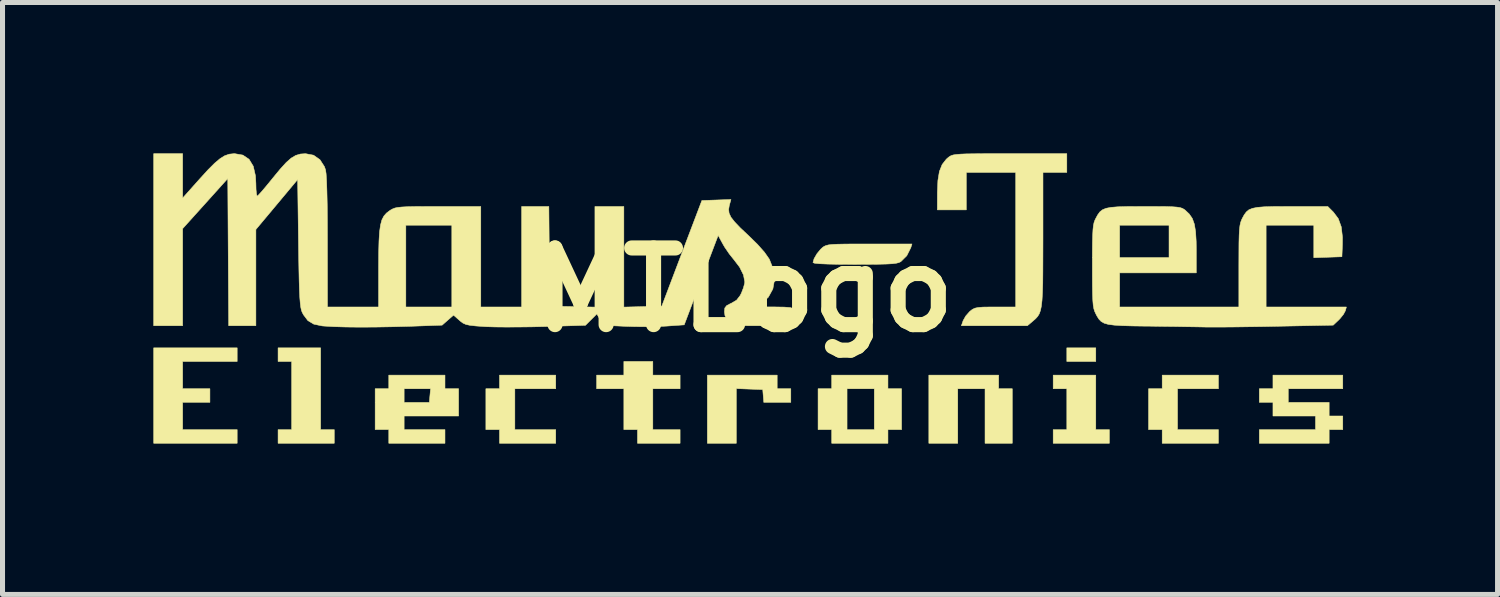
<source format=kicad_pcb>
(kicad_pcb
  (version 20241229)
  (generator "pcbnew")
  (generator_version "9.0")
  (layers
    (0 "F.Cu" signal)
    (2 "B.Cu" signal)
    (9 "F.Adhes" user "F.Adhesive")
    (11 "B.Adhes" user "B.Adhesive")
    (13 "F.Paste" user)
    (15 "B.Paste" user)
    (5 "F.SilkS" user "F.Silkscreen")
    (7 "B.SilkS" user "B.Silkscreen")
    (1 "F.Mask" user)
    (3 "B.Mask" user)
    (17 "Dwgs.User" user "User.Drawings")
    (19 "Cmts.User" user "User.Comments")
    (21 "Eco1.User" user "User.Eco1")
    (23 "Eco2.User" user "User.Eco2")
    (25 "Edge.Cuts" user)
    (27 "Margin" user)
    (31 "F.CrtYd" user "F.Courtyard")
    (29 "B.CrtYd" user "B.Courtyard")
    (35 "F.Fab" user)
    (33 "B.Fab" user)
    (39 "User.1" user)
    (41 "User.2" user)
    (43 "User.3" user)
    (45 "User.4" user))
  (footprint "MTLogo"
    (layer "F.Cu")
    (at 11.757 2.714)
    (property "Reference" "MTLogo" (at 0 0 0) (layer "F.SilkS") (effects (font (size 1.524 1.524) (thickness 0.3))))
    (attr through_hole)
    (fp_poly (pts (xy 6.977 1.422) (xy 6.401 1.422) (xy 6.401 1.151) (xy 6.977 1.151) (xy 6.977 1.422)) (stroke (width 0.01) (type solid)) (fill yes) (layer "F.SilkS"))
    (fp_poly (pts (xy -8.433 2.777) (xy -8.162 2.777) (xy -8.162 3.048) (xy -9.279 3.048) (xy -9.279 2.777) (xy -9.009 2.777) (xy -9.009 1.422) (xy -9.279 1.422) (xy -9.279 1.151) (xy -8.433 1.151) (xy -8.433 2.777)) (stroke (width 0.01) (type solid)) (fill yes) (layer "F.SilkS"))
    (fp_poly (pts (xy 5.046 1.964) (xy 5.317 1.964) (xy 5.317 3.048) (xy 4.775 3.048) (xy 4.775 1.964) (xy 4.233 1.964) (xy 4.233 3.048) (xy 3.658 3.048) (xy 3.658 1.693) (xy 5.046 1.693) (xy 5.046 1.964)) (stroke (width 0.01) (type solid)) (fill yes) (layer "F.SilkS"))
    (fp_poly (pts (xy 6.977 2.777) (xy 7.247 2.777) (xy 7.247 3.048) (xy 6.13 3.048) (xy 6.13 2.777) (xy 6.401 2.777) (xy 6.401 1.964) (xy 6.13 1.964) (xy 6.13 1.693) (xy 6.977 1.693) (xy 6.977 2.777)) (stroke (width 0.01) (type solid)) (fill yes) (layer "F.SilkS"))
    (fp_poly (pts (xy 0.643 1.964) (xy 0.914 1.964) (xy 0.914 2.235) (xy 0.377 2.235) (xy 0.356 1.981) (xy 0.093 1.971) (xy -0.169 1.961) (xy -0.169 3.048) (xy -0.745 3.048) (xy -0.745 1.693) (xy 0.643 1.693) (xy 0.643 1.964)) (stroke (width 0.01) (type solid)) (fill yes) (layer "F.SilkS"))
    (fp_poly (pts (xy -10.092 1.422) (xy -11.176 1.422) (xy -11.176 1.964) (xy -10.634 1.964) (xy -10.634 2.235) (xy -11.176 2.235) (xy -11.176 2.777) (xy -10.092 2.777) (xy -10.092 3.048) (xy -11.752 3.048) (xy -11.752 1.151) (xy -10.092 1.151) (xy -10.092 1.422)) (stroke (width 0.01) (type solid)) (fill yes) (layer "F.SilkS"))
    (fp_poly (pts (xy -3.759 1.964) (xy -4.572 1.964) (xy -4.572 2.777) (xy -3.759 2.777) (xy -3.759 3.048) (xy -4.877 3.048) (xy -4.877 2.777) (xy -5.148 2.777) (xy -5.148 1.964) (xy -4.877 1.964) (xy -4.877 1.693) (xy -3.759 1.693) (xy -3.759 1.964)) (stroke (width 0.01) (type solid)) (fill yes) (layer "F.SilkS"))
    (fp_poly (pts (xy 9.415 1.964) (xy 8.602 1.964) (xy 8.602 2.777) (xy 9.415 2.777) (xy 9.415 3.048) (xy 8.297 3.048) (xy 8.297 2.777) (xy 8.026 2.777) (xy 8.026 1.964) (xy 8.297 1.964) (xy 8.297 1.693) (xy 9.415 1.693) (xy 9.415 1.964)) (stroke (width 0.01) (type solid)) (fill yes) (layer "F.SilkS"))
    (fp_poly (pts (xy -1.829 1.693) (xy -1.287 1.693) (xy -1.287 1.964) (xy -1.829 1.964) (xy -1.829 2.777) (xy -1.287 2.777) (xy -1.287 3.048) (xy -2.134 3.048) (xy -2.134 2.777) (xy -2.405 2.777) (xy -2.405 1.964) (xy -2.946 1.964) (xy -2.946 1.693) (xy -2.405 1.693) (xy -2.405 1.422) (xy -1.829 1.422) (xy -1.829 1.693)) (stroke (width 0.01) (type solid)) (fill yes) (layer "F.SilkS"))
    (fp_poly (pts (xy 2.845 1.964) (xy 3.116 1.964) (xy 3.116 2.777) (xy 2.845 2.777) (xy 2.845 3.048) (xy 1.727 3.048) (xy 1.727 2.777) (xy 1.456 2.777) (xy 1.456 1.964) (xy 1.727 1.964) (xy 2.032 1.964) (xy 2.032 2.777) (xy 2.574 2.777) (xy 2.574 1.964) (xy 2.032 1.964) (xy 1.727 1.964) (xy 1.727 1.693) (xy 2.845 1.693) (xy 2.845 1.964)) (stroke (width 0.01) (type solid)) (fill yes) (layer "F.SilkS"))
    (fp_poly (pts (xy 11.887 1.964) (xy 10.803 1.964) (xy 10.803 2.235) (xy 11.616 2.235) (xy 11.616 2.506) (xy 11.887 2.506) (xy 11.887 2.777) (xy 11.616 2.777) (xy 11.616 3.048) (xy 10.228 3.048) (xy 10.228 2.777) (xy 11.345 2.777) (xy 11.345 2.506) (xy 10.499 2.506) (xy 10.499 2.235) (xy 10.228 2.235) (xy 10.228 1.964) (xy 10.499 1.964) (xy 10.499 1.693) (xy 11.887 1.693) (xy 11.887 1.964)) (stroke (width 0.01) (type solid)) (fill yes) (layer "F.SilkS"))
    (fp_poly (pts (xy -5.961 1.964) (xy -5.69 1.964) (xy -5.69 2.506) (xy -6.773 2.506) (xy -6.773 2.777) (xy -5.961 2.777) (xy -5.961 3.048) (xy -7.078 3.048) (xy -7.078 2.777) (xy -7.349 2.777) (xy -7.349 1.964) (xy -7.078 1.964) (xy -6.773 1.964) (xy -6.773 2.235) (xy -6.272 2.235) (xy -6.26 2.1) (xy -6.247 1.964) (xy -6.773 1.964) (xy -7.078 1.964) (xy -7.078 1.693) (xy -5.961 1.693) (xy -5.961 1.964)) (stroke (width 0.01) (type solid)) (fill yes) (layer "F.SilkS"))
    (fp_poly (pts (xy 3.299 -0.838) (xy 3.22 -0.681) (xy 3.101 -0.563) (xy 3.098 -0.561) (xy 3.062 -0.544) (xy 3.009 -0.531) (xy 2.93 -0.521) (xy 2.816 -0.515) (xy 2.659 -0.511) (xy 2.451 -0.509) (xy 2.186 -0.508) (xy 1.886 -0.509) (xy 1.654 -0.514) (xy 1.488 -0.521) (xy 1.389 -0.531) (xy 1.355 -0.543) (xy 1.355 -0.544) (xy 1.377 -0.622) (xy 1.434 -0.72) (xy 1.508 -0.81) (xy 1.545 -0.844) (xy 1.576 -0.866) (xy 1.612 -0.882) (xy 1.661 -0.895) (xy 1.733 -0.904) (xy 1.836 -0.909) (xy 1.979 -0.912) (xy 2.17 -0.914) (xy 2.418 -0.914) (xy 2.479 -0.914) (xy 3.323 -0.914) (xy 3.299 -0.838)) (stroke (width 0.01) (type solid)) (fill yes) (layer "F.SilkS"))
    (fp_poly (pts (xy 6.401 -2.709) (xy 6.401 -2.337) (xy 5.927 -2.337) (xy 5.927 -1.015) (xy 5.926 -0.662) (xy 5.925 -0.369) (xy 5.923 -0.132) (xy 5.917 0.058) (xy 5.908 0.207) (xy 5.895 0.322) (xy 5.877 0.408) (xy 5.854 0.473) (xy 5.823 0.524) (xy 5.785 0.567) (xy 5.739 0.608) (xy 5.725 0.62) (xy 5.617 0.711) (xy 4.305 0.711) (xy 4.34 0.61) (xy 4.391 0.519) (xy 4.467 0.432) (xy 4.476 0.424) (xy 4.523 0.387) (xy 4.572 0.363) (xy 4.636 0.349) (xy 4.731 0.341) (xy 4.87 0.339) (xy 4.981 0.339) (xy 5.385 0.339) (xy 5.385 -2.337) (xy 4.403 -2.337) (xy 4.403 -1.592) (xy 3.827 -1.592) (xy 3.828 -1.939) (xy 3.838 -2.174) (xy 3.868 -2.356) (xy 3.923 -2.494) (xy 4.006 -2.6) (xy 4.047 -2.636) (xy 4.075 -2.656) (xy 4.105 -2.672) (xy 4.145 -2.684) (xy 4.204 -2.693) (xy 4.287 -2.7) (xy 4.403 -2.705) (xy 4.559 -2.707) (xy 4.762 -2.709) (xy 5.019 -2.709) (xy 5.271 -2.709) (xy 6.401 -2.709)) (stroke (width 0.01) (type solid)) (fill yes) (layer "F.SilkS"))
    (fp_poly (pts (xy 11.701 -1.547) (xy 11.798 -1.417) (xy 11.857 -1.254) (xy 11.881 -1.048) (xy 11.88 -0.905) (xy 11.87 -0.66) (xy 11.311 -0.641) (xy 11.311 -1.287) (xy 10.363 -1.287) (xy 10.363 0.339) (xy 11.959 0.339) (xy 11.938 0.415) (xy 11.9 0.486) (xy 11.832 0.57) (xy 11.807 0.596) (xy 11.697 0.7) (xy 10.598 0.722) (xy 10.311 0.728) (xy 10.028 0.732) (xy 9.759 0.736) (xy 9.518 0.738) (xy 9.317 0.738) (xy 9.167 0.738) (xy 9.127 0.737) (xy 8.979 0.734) (xy 8.779 0.731) (xy 8.546 0.727) (xy 8.294 0.724) (xy 8.042 0.72) (xy 7.982 0.72) (xy 7.714 0.716) (xy 7.504 0.71) (xy 7.346 0.7) (xy 7.228 0.685) (xy 7.144 0.661) (xy 7.083 0.626) (xy 7.038 0.579) (xy 6.999 0.517) (xy 6.975 0.47) (xy 6.954 0.424) (xy 6.938 0.372) (xy 6.926 0.304) (xy 6.918 0.211) (xy 6.913 0.085) (xy 6.91 -0.085) (xy 6.909 -0.308) (xy 6.909 -0.474) (xy 6.909 -0.734) (xy 6.911 -0.935) (xy 6.915 -1.087) (xy 6.921 -1.199) (xy 6.93 -1.281) (xy 6.931 -1.287) (xy 7.451 -1.287) (xy 7.451 -0.643) (xy 8.433 -0.643) (xy 8.433 -1.287) (xy 7.451 -1.287) (xy 6.931 -1.287) (xy 6.943 -1.342) (xy 6.961 -1.391) (xy 6.975 -1.419) (xy 7.015 -1.493) (xy 7.057 -1.551) (xy 7.109 -1.593) (xy 7.18 -1.623) (xy 7.28 -1.642) (xy 7.417 -1.653) (xy 7.601 -1.658) (xy 7.84 -1.659) (xy 7.936 -1.659) (xy 8.177 -1.659) (xy 8.359 -1.658) (xy 8.493 -1.654) (xy 8.588 -1.647) (xy 8.653 -1.637) (xy 8.698 -1.622) (xy 8.733 -1.602) (xy 8.751 -1.589) (xy 8.835 -1.51) (xy 8.896 -1.421) (xy 8.937 -1.307) (xy 8.961 -1.159) (xy 8.973 -0.963) (xy 8.975 -0.797) (xy 8.975 -0.339) (xy 7.451 -0.339) (xy 7.451 0.339) (xy 9.821 0.339) (xy 9.821 -0.475) (xy 9.822 -0.735) (xy 9.823 -0.936) (xy 9.827 -1.088) (xy 9.833 -1.2) (xy 9.843 -1.282) (xy 9.856 -1.342) (xy 9.874 -1.391) (xy 9.887 -1.419) (xy 9.927 -1.493) (xy 9.969 -1.55) (xy 10.02 -1.593) (xy 10.091 -1.622) (xy 10.19 -1.642) (xy 10.326 -1.653) (xy 10.509 -1.658) (xy 10.746 -1.659) (xy 10.856 -1.659) (xy 11.589 -1.659) (xy 11.701 -1.547)) (stroke (width 0.01) (type solid)) (fill yes) (layer "F.SilkS"))
    (fp_poly (pts (xy -11.176 -1.827) (xy -10.835 -2.209) (xy -10.672 -2.388) (xy -10.541 -2.519) (xy -10.433 -2.61) (xy -10.34 -2.668) (xy -10.251 -2.699) (xy -10.158 -2.709) (xy -10.14 -2.709) (xy -9.979 -2.681) (xy -9.856 -2.598) (xy -9.772 -2.46) (xy -9.728 -2.267) (xy -9.72 -2.118) (xy -9.717 -1.997) (xy -9.708 -1.907) (xy -9.697 -1.866) (xy -9.694 -1.865) (xy -9.665 -1.891) (xy -9.602 -1.96) (xy -9.515 -2.063) (xy -9.411 -2.19) (xy -9.383 -2.225) (xy -9.236 -2.403) (xy -9.118 -2.533) (xy -9.018 -2.621) (xy -8.927 -2.675) (xy -8.835 -2.702) (xy -8.733 -2.709) (xy -8.574 -2.679) (xy -8.447 -2.59) (xy -8.357 -2.451) (xy -8.335 -2.386) (xy -8.324 -2.31) (xy -8.315 -2.169) (xy -8.308 -1.966) (xy -8.302 -1.703) (xy -8.299 -1.383) (xy -8.298 -1.007) (xy -8.298 -0.957) (xy -8.297 0.339) (xy -7.281 0.339) (xy -7.281 -0.449) (xy -7.279 -0.74) (xy -7.273 -0.971) (xy -7.262 -1.152) (xy -7.243 -1.287) (xy -6.739 -1.287) (xy -6.739 0.339) (xy -5.825 0.339) (xy -5.825 -1.287) (xy -6.739 -1.287) (xy -7.243 -1.287) (xy -7.243 -1.289) (xy -7.215 -1.393) (xy -7.175 -1.47) (xy -7.123 -1.529) (xy -7.057 -1.579) (xy -7.038 -1.591) (xy -6.999 -1.612) (xy -6.955 -1.629) (xy -6.896 -1.641) (xy -6.815 -1.649) (xy -6.701 -1.655) (xy -6.546 -1.658) (xy -6.341 -1.659) (xy -6.088 -1.659) (xy -5.249 -1.659) (xy -5.249 0.339) (xy -4.437 0.339) (xy -4.437 -1.659) (xy -3.896 -1.659) (xy -3.887 -0.669) (xy -3.878 0.322) (xy -3.429 0.331) (xy -2.98 0.341) (xy -2.98 -1.659) (xy -2.405 -1.659) (xy -2.405 0.341) (xy -1.651 0.322) (xy -1.253 -0.728) (xy -0.854 -1.778) (xy -0.565 -1.788) (xy -0.276 -1.798) (xy -0.309 -1.679) (xy -0.322 -1.6) (xy -0.313 -1.526) (xy -0.276 -1.446) (xy -0.203 -1.353) (xy -0.091 -1.235) (xy 0.069 -1.085) (xy 0.074 -1.08) (xy 0.251 -0.907) (xy 0.39 -0.75) (xy 0.482 -0.619) (xy 0.488 -0.609) (xy 0.569 -0.405) (xy 0.591 -0.204) (xy 0.557 -0.019) (xy 0.468 0.143) (xy 0.329 0.268) (xy 0.22 0.338) (xy 0.601 0.338) (xy 0.784 0.341) (xy 0.905 0.35) (xy 0.968 0.373) (xy 0.979 0.412) (xy 0.942 0.473) (xy 0.864 0.561) (xy 0.852 0.574) (xy 0.722 0.711) (xy 0.241 0.711) (xy 0.051 0.711) (xy -0.084 0.708) (xy -0.175 0.701) (xy -0.235 0.689) (xy -0.277 0.668) (xy -0.312 0.639) (xy -0.323 0.628) (xy -0.394 0.514) (xy -0.406 0.433) (xy -0.398 0.359) (xy -0.361 0.311) (xy -0.279 0.268) (xy -0.27 0.265) (xy -0.164 0.203) (xy -0.092 0.11) (xy -0.068 0.062) (xy -0.027 -0.044) (xy -0.003 -0.136) (xy -0.001 -0.162) (xy -0.027 -0.299) (xy -0.104 -0.454) (xy -0.218 -0.603) (xy -0.309 -0.717) (xy -0.4 -0.85) (xy -0.436 -0.912) (xy -0.53 -1.084) (xy -0.868 -0.195) (xy -1.205 0.694) (xy -1.559 0.719) (xy -1.74 0.728) (xy -1.959 0.731) (xy -2.186 0.729) (xy -2.361 0.724) (xy -2.809 0.703) (xy -2.942 0.477) (xy -3.055 0.59) (xy -3.168 0.703) (xy -3.986 0.728) (xy -4.242 0.734) (xy -4.5 0.737) (xy -4.744 0.738) (xy -4.959 0.736) (xy -5.129 0.731) (xy -5.182 0.728) (xy -5.349 0.716) (xy -5.465 0.703) (xy -5.544 0.686) (xy -5.602 0.66) (xy -5.655 0.621) (xy -5.676 0.602) (xy -5.791 0.501) (xy -5.905 0.601) (xy -6.018 0.7) (xy -6.658 0.723) (xy -7.001 0.732) (xy -7.335 0.738) (xy -7.647 0.74) (xy -7.928 0.737) (xy -8.167 0.73) (xy -8.353 0.719) (xy -8.404 0.715) (xy -8.569 0.68) (xy -8.687 0.609) (xy -8.776 0.491) (xy -8.802 0.44) (xy -8.816 0.4) (xy -8.828 0.343) (xy -8.838 0.264) (xy -8.847 0.155) (xy -8.854 0.01) (xy -8.86 -0.179) (xy -8.865 -0.417) (xy -8.87 -0.712) (xy -8.873 -0.936) (xy -8.89 -2.195) (xy -9.305 -1.698) (xy -9.72 -1.202) (xy -9.72 -0.246) (xy -9.72 0.711) (xy -10.261 0.711) (xy -10.27 -0.752) (xy -10.279 -2.215) (xy -10.727 -1.717) (xy -11.176 -1.219) (xy -11.176 0.711) (xy -11.752 0.711) (xy -11.752 -2.709) (xy -11.176 -2.709) (xy -11.176 -1.827)) (stroke (width 0.01) (type solid)) (fill yes) (layer "F.SilkS")))
  (gr_rect
    (start -3 -3)
    (end 26.721 8.767)
    (stroke (width 0.1) (type default))
    (fill no)
    (layer "Edge.Cuts")))
</source>
